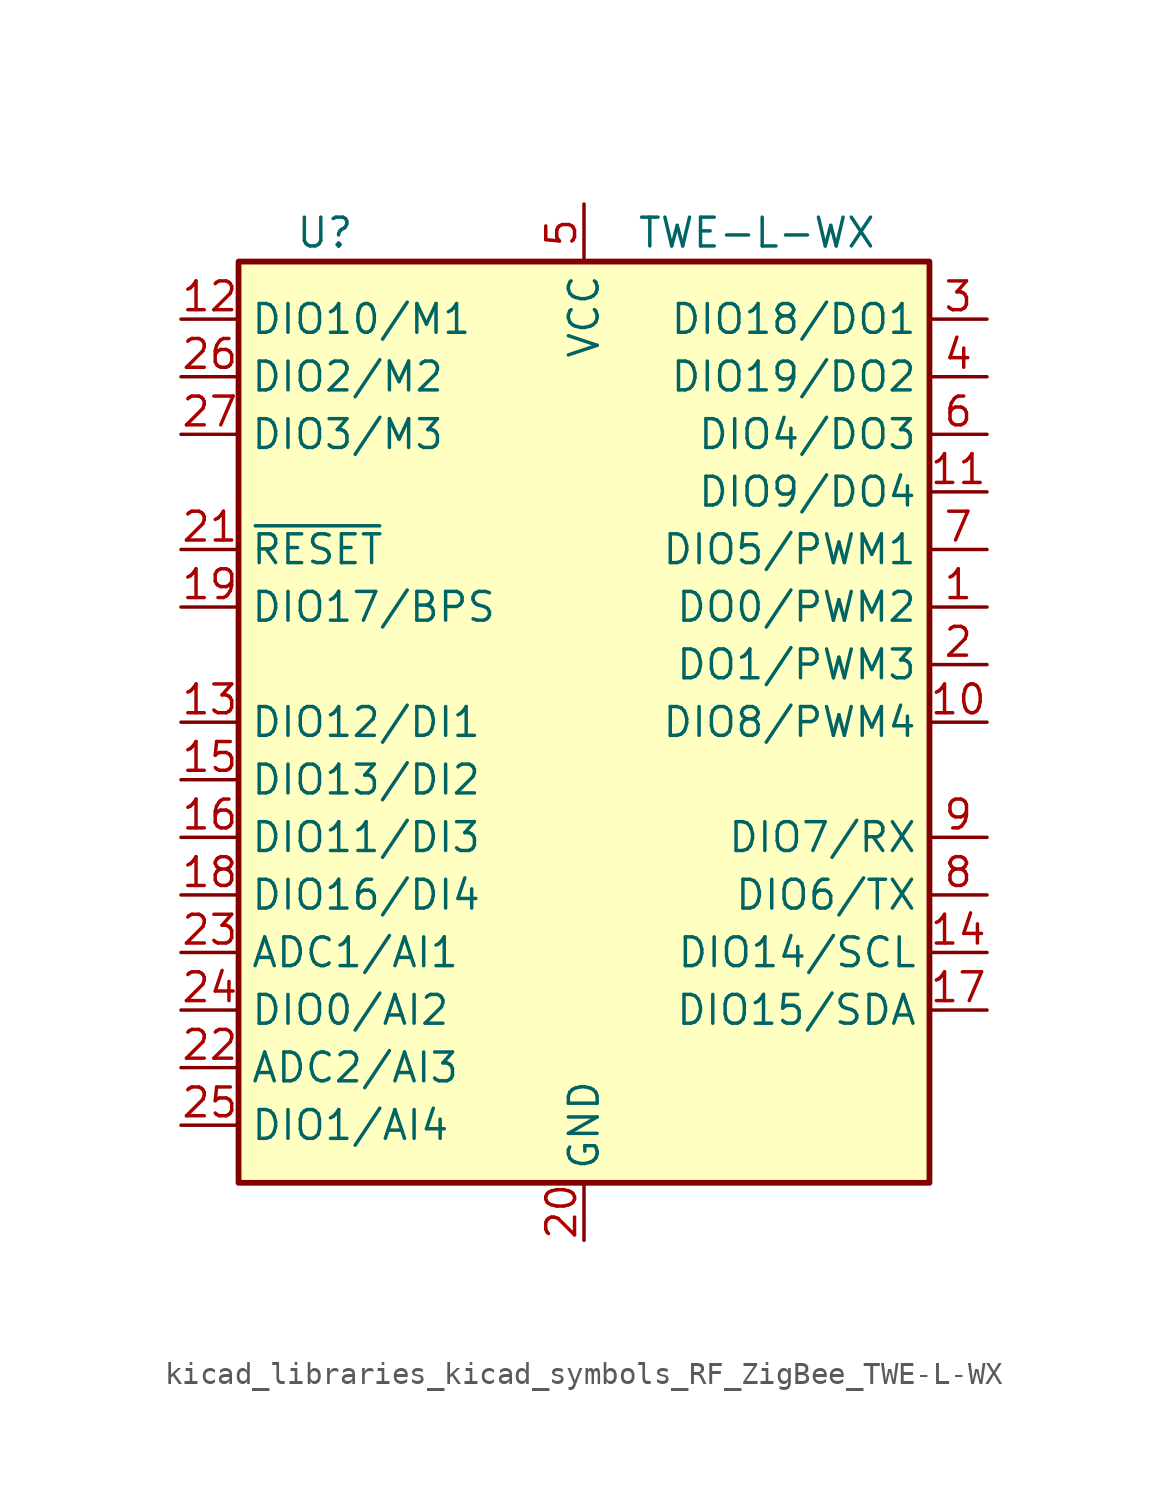
<source format=kicad_sym>
(kicad_symbol_lib
  (version 20220914)
  (generator kicad_symbol_editor)
  (symbol "kicad_libraries_kicad_symbols_RF_ZigBee_TWE-L-WX"
    (property "Reference" "U"
      (at -11.43 21.59 0)
      (effects (font (size 1.27 1.27))))
    (property "Value" "TWE-L-WX"
      (at 7.62 21.59 0)
      (effects (font (size 1.27 1.27))))
    (symbol "kicad_libraries_kicad_symbols_RF_ZigBee_TWE-L-WX_1_0"
      (rectangle (start -15.24 -20.32) (end 15.24 20.32) (stroke (width 0.254) (type default)) (fill (type background))))
    (symbol "kicad_libraries_kicad_symbols_RF_ZigBee_TWE-L-WX_1_1"
      (pin output line (at 17.78 5.08 180) (length 2.54) (name "DO0/PWM2" (effects (font (size 1.27 1.27)))) (number "1" (effects (font (size 1.27 1.27)))))
      (pin bidirectional line (at 17.78 0 180) (length 2.54) (name "DIO8/PWM4" (effects (font (size 1.27 1.27)))) (number "10" (effects (font (size 1.27 1.27)))))
      (pin bidirectional line (at 17.78 10.16 180) (length 2.54) (name "DIO9/DO4" (effects (font (size 1.27 1.27)))) (number "11" (effects (font (size 1.27 1.27)))))
      (pin bidirectional line (at -17.78 17.78 0) (length 2.54) (name "DIO10/M1" (effects (font (size 1.27 1.27)))) (number "12" (effects (font (size 1.27 1.27)))))
      (pin bidirectional line (at -17.78 0 0) (length 2.54) (name "DIO12/DI1" (effects (font (size 1.27 1.27)))) (number "13" (effects (font (size 1.27 1.27)))))
      (pin bidirectional line (at 17.78 -10.16 180) (length 2.54) (name "DIO14/SCL" (effects (font (size 1.27 1.27)))) (number "14" (effects (font (size 1.27 1.27)))))
      (pin bidirectional line (at -17.78 -2.54 0) (length 2.54) (name "DIO13/DI2" (effects (font (size 1.27 1.27)))) (number "15" (effects (font (size 1.27 1.27)))))
      (pin bidirectional line (at -17.78 -5.08 0) (length 2.54) (name "DIO11/DI3" (effects (font (size 1.27 1.27)))) (number "16" (effects (font (size 1.27 1.27)))))
      (pin bidirectional line (at 17.78 -12.7 180) (length 2.54) (name "DIO15/SDA" (effects (font (size 1.27 1.27)))) (number "17" (effects (font (size 1.27 1.27)))))
      (pin bidirectional line (at -17.78 -7.62 0) (length 2.54) (name "DIO16/DI4" (effects (font (size 1.27 1.27)))) (number "18" (effects (font (size 1.27 1.27)))))
      (pin bidirectional line (at -17.78 5.08 0) (length 2.54) (name "DIO17/BPS" (effects (font (size 1.27 1.27)))) (number "19" (effects (font (size 1.27 1.27)))))
      (pin bidirectional line (at 17.78 2.54 180) (length 2.54) (name "DO1/PWM3" (effects (font (size 1.27 1.27)))) (number "2" (effects (font (size 1.27 1.27)))))
      (pin power_in line (at 0 -22.86 90) (length 2.54) (name "GND" (effects (font (size 1.27 1.27)))) (number "20" (effects (font (size 1.27 1.27)))))
      (pin input line (at -17.78 7.62 0) (length 2.54) (name "~{RESET}" (effects (font (size 1.27 1.27)))) (number "21" (effects (font (size 1.27 1.27)))))
      (pin input line (at -17.78 -15.24 0) (length 2.54) (name "ADC2/AI3" (effects (font (size 1.27 1.27)))) (number "22" (effects (font (size 1.27 1.27)))))
      (pin input line (at -17.78 -10.16 0) (length 2.54) (name "ADC1/AI1" (effects (font (size 1.27 1.27)))) (number "23" (effects (font (size 1.27 1.27)))))
      (pin bidirectional line (at -17.78 -12.7 0) (length 2.54) (name "DIO0/AI2" (effects (font (size 1.27 1.27)))) (number "24" (effects (font (size 1.27 1.27)))))
      (pin bidirectional line (at -17.78 -17.78 0) (length 2.54) (name "DIO1/AI4" (effects (font (size 1.27 1.27)))) (number "25" (effects (font (size 1.27 1.27)))))
      (pin bidirectional line (at -17.78 15.24 0) (length 2.54) (name "DIO2/M2" (effects (font (size 1.27 1.27)))) (number "26" (effects (font (size 1.27 1.27)))))
      (pin bidirectional line (at -17.78 12.7 0) (length 2.54) (name "DIO3/M3" (effects (font (size 1.27 1.27)))) (number "27" (effects (font (size 1.27 1.27)))))
      (pin passive line (at 0 -22.86 90) (length 2.54) hide (name "GND" (effects (font (size 1.27 1.27)))) (number "28" (effects (font (size 1.27 1.27)))))
      (pin no_connect line (at 15.24 -17.78 180) (length 2.54) hide (name "NC" (effects (font (size 1.27 1.27)))) (number "29" (effects (font (size 1.27 1.27)))))
      (pin bidirectional line (at 17.78 17.78 180) (length 2.54) (name "DIO18/DO1" (effects (font (size 1.27 1.27)))) (number "3" (effects (font (size 1.27 1.27)))))
      (pin passive line (at 0 -22.86 90) (length 2.54) hide (name "GND" (effects (font (size 1.27 1.27)))) (number "30" (effects (font (size 1.27 1.27)))))
      (pin passive line (at 0 -22.86 90) (length 2.54) hide (name "GND" (effects (font (size 1.27 1.27)))) (number "31" (effects (font (size 1.27 1.27)))))
      (pin passive line (at 0 -22.86 90) (length 2.54) hide (name "GND" (effects (font (size 1.27 1.27)))) (number "32" (effects (font (size 1.27 1.27)))))
      (pin bidirectional line (at 17.78 15.24 180) (length 2.54) (name "DIO19/DO2" (effects (font (size 1.27 1.27)))) (number "4" (effects (font (size 1.27 1.27)))))
      (pin power_in line (at 0 22.86 270) (length 2.54) (name "VCC" (effects (font (size 1.27 1.27)))) (number "5" (effects (font (size 1.27 1.27)))))
      (pin bidirectional line (at 17.78 12.7 180) (length 2.54) (name "DIO4/DO3" (effects (font (size 1.27 1.27)))) (number "6" (effects (font (size 1.27 1.27)))))
      (pin bidirectional line (at 17.78 7.62 180) (length 2.54) (name "DIO5/PWM1" (effects (font (size 1.27 1.27)))) (number "7" (effects (font (size 1.27 1.27)))))
      (pin bidirectional line (at 17.78 -7.62 180) (length 2.54) (name "DIO6/TX" (effects (font (size 1.27 1.27)))) (number "8" (effects (font (size 1.27 1.27)))))
      (pin bidirectional line (at 17.78 -5.08 180) (length 2.54) (name "DIO7/RX" (effects (font (size 1.27 1.27)))) (number "9" (effects (font (size 1.27 1.27))))))))
</source>
